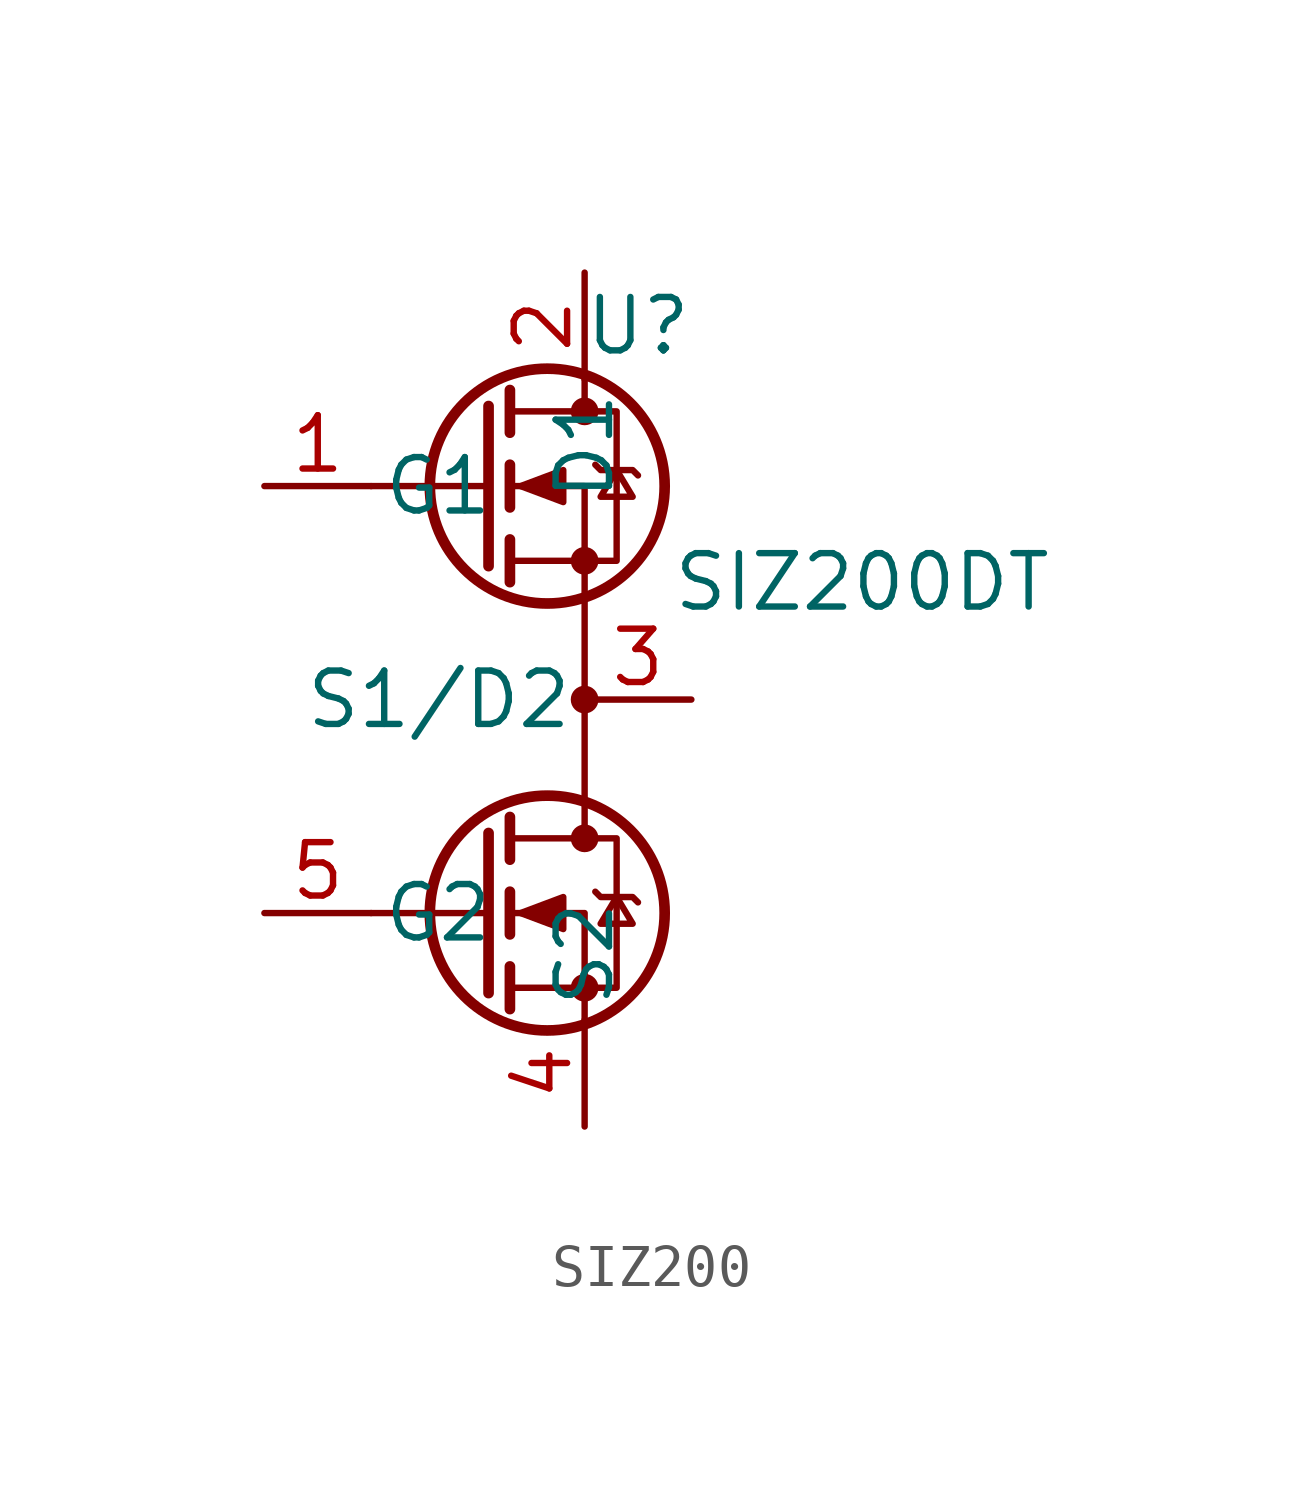
<source format=kicad_sym>
(kicad_symbol_lib
  (version 20231120)
  (generator "kicad_symbol_editor")
  (generator_version "8.0")
  (symbol "SIZ200"
    (pin_names
      (offset 0.254))
    (property "Reference" "U"
      (at 1.27 8.89 0)
      (effects (font (size 1.27 1.27))))
    (property "Value" "SIZ200DT"
      (at 6.604 2.794 0)
      (effects (font (size 1.27 1.27))))
    (symbol "SIZ200_0_1"
      (circle (center -0.889 -5.08) (radius 2.794) (stroke (width 0.254) (type default)) (fill (type none)))
      (circle (center -0.889 5.08) (radius 2.794) (stroke (width 0.254) (type default)) (fill (type none)))
      (circle (center 0 -6.858) (radius 0.254) (stroke (width 0) (type default)) (fill (type outline)))
      (circle (center 0 -3.302) (radius 0.254) (stroke (width 0) (type default)) (fill (type outline)))
      (polyline (pts (xy -2.286 -5.08) (xy -5.08 -5.08)) (stroke (width 0) (type default)) (fill (type none)))
      (polyline (pts (xy -2.286 -3.175) (xy -2.286 -6.985)) (stroke (width 0.254) (type default)) (fill (type none)))
      (polyline (pts (xy -2.286 5.08) (xy -5.08 5.08)) (stroke (width 0) (type default)) (fill (type none)))
      (polyline (pts (xy -2.286 6.985) (xy -2.286 3.175)) (stroke (width 0.254) (type default)) (fill (type none)))
      (polyline (pts (xy -1.778 -6.35) (xy -1.778 -7.366)) (stroke (width 0.254) (type default)) (fill (type none)))
      (polyline (pts (xy -1.778 -4.572) (xy -1.778 -5.588)) (stroke (width 0.254) (type default)) (fill (type none)))
      (polyline (pts (xy -1.778 -2.794) (xy -1.778 -3.81)) (stroke (width 0.254) (type default)) (fill (type none)))
      (polyline (pts (xy -1.778 3.81) (xy -1.778 2.794)) (stroke (width 0.254) (type default)) (fill (type none)))
      (polyline (pts (xy -1.778 5.588) (xy -1.778 4.572)) (stroke (width 0.254) (type default)) (fill (type none)))
      (polyline (pts (xy -1.778 7.366) (xy -1.778 6.35)) (stroke (width 0.254) (type default)) (fill (type none)))
      (polyline (pts (xy 0 7.62) (xy 0 6.858)) (stroke (width 0) (type default)) (fill (type none)))
      (polyline (pts (xy 0 -7.62) (xy 0 -5.08) (xy -1.778 -5.08)) (stroke (width 0) (type default)) (fill (type none)))
      (polyline (pts (xy 0 -3.302) (xy 0 5.08) (xy -1.778 5.08)) (stroke (width 0) (type default)) (fill (type none)))
      (polyline (pts (xy -1.778 -6.858) (xy 0.762 -6.858) (xy 0.762 -3.302) (xy -1.778 -3.302)) (stroke (width 0) (type default)) (fill (type none)))
      (polyline (pts (xy -1.778 3.302) (xy 0.762 3.302) (xy 0.762 6.858) (xy -1.778 6.858)) (stroke (width 0) (type default)) (fill (type none)))
      (polyline (pts (xy -1.524 -5.08) (xy -0.508 -4.699) (xy -0.508 -5.461) (xy -1.524 -5.08)) (stroke (width 0) (type default)) (fill (type outline)))
      (polyline (pts (xy -1.524 5.08) (xy -0.508 5.461) (xy -0.508 4.699) (xy -1.524 5.08)) (stroke (width 0) (type default)) (fill (type outline)))
      (polyline (pts (xy 0.254 -4.572) (xy 0.381 -4.699) (xy 1.143 -4.699) (xy 1.27 -4.826)) (stroke (width 0) (type default)) (fill (type none)))
      (polyline (pts (xy 0.254 5.588) (xy 0.381 5.461) (xy 1.143 5.461) (xy 1.27 5.334)) (stroke (width 0) (type default)) (fill (type none)))
      (polyline (pts (xy 0.762 -4.699) (xy 0.381 -5.334) (xy 1.143 -5.334) (xy 0.762 -4.699)) (stroke (width 0) (type default)) (fill (type none)))
      (polyline (pts (xy 0.762 5.461) (xy 0.381 4.826) (xy 1.143 4.826) (xy 0.762 5.461)) (stroke (width 0) (type default)) (fill (type none)))
      (circle (center 0 0) (radius 0.254) (stroke (width 0) (type default)) (fill (type outline)))
      (circle (center 0 3.302) (radius 0.254) (stroke (width 0) (type default)) (fill (type outline)))
      (circle (center 0 6.858) (radius 0.254) (stroke (width 0) (type default)) (fill (type outline))))
    (symbol "SIZ200_1_1"
      (pin input line (at -7.62 5.08 0) (length 2.54) (name "G1" (effects (font (size 1.27 1.27)))) (number "1" (effects (font (size 1.27 1.27)))))
      (pin passive line (at 0 10.16 270) (length 2.54) (name "D1" (effects (font (size 1.27 1.27)))) (number "2" (effects (font (size 1.27 1.27)))))
      (pin passive line (at 2.54 0 180) (length 2.54) (name "S1/D2" (effects (font (size 1.27 1.27)))) (number "3" (effects (font (size 1.27 1.27)))))
      (pin passive line (at 0 -10.16 90) (length 2.54) (name "S2" (effects (font (size 1.27 1.27)))) (number "4" (effects (font (size 1.27 1.27)))))
      (pin input line (at -7.62 -5.08 0) (length 2.54) (name "G2" (effects (font (size 1.27 1.27)))) (number "5" (effects (font (size 1.27 1.27))))))))
</source>
